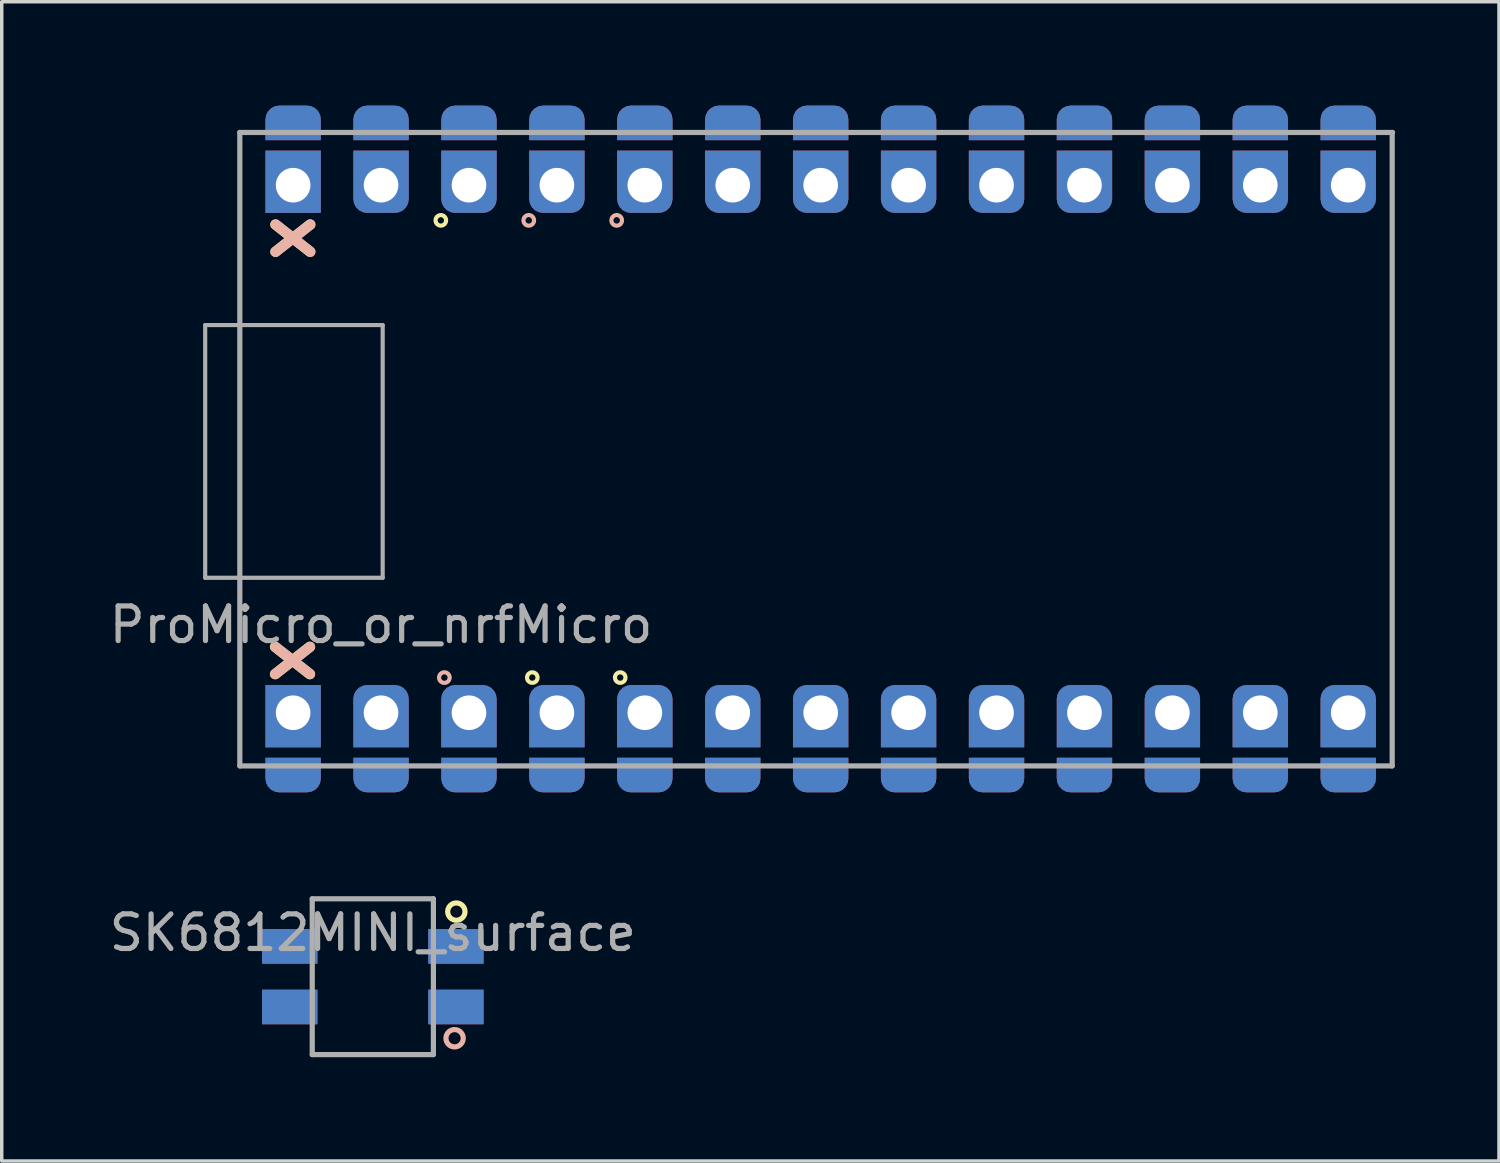
<source format=kicad_pcb>
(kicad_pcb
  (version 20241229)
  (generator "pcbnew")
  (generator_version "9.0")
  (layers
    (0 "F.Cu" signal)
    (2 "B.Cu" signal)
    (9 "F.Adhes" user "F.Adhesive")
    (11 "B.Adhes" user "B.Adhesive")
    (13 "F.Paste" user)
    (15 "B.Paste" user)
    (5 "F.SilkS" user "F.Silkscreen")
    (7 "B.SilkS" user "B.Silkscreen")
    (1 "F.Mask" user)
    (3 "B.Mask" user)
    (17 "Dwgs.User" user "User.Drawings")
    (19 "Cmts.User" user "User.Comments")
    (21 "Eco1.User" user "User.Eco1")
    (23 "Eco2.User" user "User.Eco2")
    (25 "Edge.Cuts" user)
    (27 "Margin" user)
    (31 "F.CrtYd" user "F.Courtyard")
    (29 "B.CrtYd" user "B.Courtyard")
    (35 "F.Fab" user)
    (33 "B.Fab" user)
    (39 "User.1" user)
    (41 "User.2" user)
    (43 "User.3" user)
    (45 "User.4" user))
  (footprint "ProMicro_or_nrfMicro"
    (layer "F.Cu")
    (at 21.928 9.92)
    (property "Reference" "ProMicro_or_nrfMicro" (at -13.97 5.08 0) (layer "F.Fab") (effects (font (size 1 1) (thickness 0.15))))
    (attr through_hole)
    (fp_circle (center -12.243 -6.604) (end -12.243 -6.452) (stroke (width 0.12) (type solid)) (fill no) (layer "F.SilkS"))
    (fp_circle (center -9.601 6.604) (end -9.601 6.452) (stroke (width 0.12) (type solid)) (fill no) (layer "F.SilkS"))
    (fp_circle (center -7.061 6.604) (end -7.061 6.452) (stroke (width 0.12) (type solid)) (fill no) (layer "F.SilkS"))
    (fp_circle (center -12.141 6.604) (end -12.294 6.604) (stroke (width 0.12) (type solid)) (fill no) (layer "B.SilkS"))
    (fp_circle (center -9.703 -6.604) (end -9.55 -6.604) (stroke (width 0.12) (type solid)) (fill no) (layer "B.SilkS"))
    (fp_circle (center -7.163 -6.604) (end -7.01 -6.604) (stroke (width 0.12) (type solid)) (fill no) (layer "B.SilkS"))
    (fp_line (start -19.05 -3.579) (end -19.05 3.721) (stroke (width 0.12) (type solid)) (layer "F.Fab"))
    (fp_line (start -19.05 -3.579) (end -13.923 -3.579) (stroke (width 0.12) (type solid)) (layer "F.Fab"))
    (fp_line (start -19.05 3.721) (end -13.923 3.721) (stroke (width 0.12) (type solid)) (layer "F.Fab"))
    (fp_line (start -18.05 -9.144) (end -18.05 9.156) (stroke (width 0.15) (type solid)) (layer "F.Fab"))
    (fp_line (start -18.05 -9.144) (end 15.25 -9.144) (stroke (width 0.15) (type solid)) (layer "F.Fab"))
    (fp_line (start -13.923 -3.579) (end -13.923 3.721) (stroke (width 0.12) (type solid)) (layer "F.Fab"))
    (fp_line (start 15.24 9.156) (end -18.05 9.156) (stroke (width 0.15) (type solid)) (layer "F.Fab"))
    (fp_line (start 15.24 9.156) (end 15.24 -9.144) (stroke (width 0.15) (type solid)) (layer "F.Fab"))
    (fp_text user "x" (at -16.71 6.11 90) (unlocked yes) (layer "F.SilkS") (effects (font (size 1.5 1.5) (thickness 0.3)) (justify mirror)))
    (fp_text user "x" (at -16.7 -6.09 90) (unlocked yes) (layer "F.SilkS") (effects (font (size 1.5 1.5) (thickness 0.3)) (justify mirror)))
    (fp_text user "x" (at -16.7 6.11 90) (unlocked yes) (layer "B.SilkS") (effects (font (size 1.5 1.5) (thickness 0.3))))
    (fp_text user "x" (at -16.69 -6.09 90) (unlocked yes) (layer "B.SilkS") (effects (font (size 1.5 1.5) (thickness 0.3))))
    (pad "" thru_hole rect (at -16.51 -7.62) (size 1.6 1.8) (drill 1 (offset 0 -0.1)) (layers "*.Cu" "*.Mask"))
    (pad "" thru_hole rect (at -16.51 7.62) (size 1.6 1.8) (drill 1 (offset 0 0.1)) (layers "*.Cu" "*.Mask"))
    (pad "" thru_hole roundrect (at -13.97 -7.62) (size 1.6 1.8) (drill 1 (offset 0 -0.1)) (layers "*.Cu" "*.Mask") (roundrect_rratio 0.25) (chamfer_ratio 0) (chamfer top_left top_right))
    (pad "" thru_hole roundrect (at -13.97 7.62) (size 1.6 1.8) (drill 1 (offset 0 0.1)) (layers "*.Cu" "*.Mask") (roundrect_rratio 0.25) (chamfer_ratio 0) (chamfer bottom_left bottom_right))
    (pad "" thru_hole roundrect (at -11.43 -7.62) (size 1.6 1.8) (drill 1 (offset 0 -0.1)) (layers "*.Cu" "*.Mask") (roundrect_rratio 0.25) (chamfer_ratio 0) (chamfer top_left top_right))
    (pad "" thru_hole roundrect (at -11.43 7.62) (size 1.6 1.8) (drill 1 (offset 0 0.1)) (layers "*.Cu" "*.Mask") (roundrect_rratio 0.25) (chamfer_ratio 0) (chamfer bottom_left bottom_right))
    (pad "" thru_hole roundrect (at -8.89 -7.62) (size 1.6 1.8) (drill 1 (offset 0 -0.1)) (layers "*.Cu" "*.Mask") (roundrect_rratio 0.25) (chamfer_ratio 0) (chamfer top_left top_right))
    (pad "" thru_hole roundrect (at -8.89 7.62) (size 1.6 1.8) (drill 1 (offset 0 0.1)) (layers "*.Cu" "*.Mask") (roundrect_rratio 0.25) (chamfer_ratio 0) (chamfer bottom_left bottom_right))
    (pad "" thru_hole roundrect (at -6.35 -7.62) (size 1.6 1.8) (drill 1 (offset 0 -0.1)) (layers "*.Cu" "*.Mask") (roundrect_rratio 0.25) (chamfer_ratio 0) (chamfer top_left top_right))
    (pad "" thru_hole roundrect (at -6.35 7.62) (size 1.6 1.8) (drill 1 (offset 0 0.1)) (layers "*.Cu" "*.Mask") (roundrect_rratio 0.25) (chamfer_ratio 0) (chamfer bottom_left bottom_right))
    (pad "" thru_hole roundrect (at -3.81 -7.62) (size 1.6 1.8) (drill 1 (offset 0 -0.1)) (layers "*.Cu" "*.Mask") (roundrect_rratio 0.25) (chamfer_ratio 0) (chamfer top_left top_right))
    (pad "" thru_hole roundrect (at -3.81 7.62) (size 1.6 1.8) (drill 1 (offset 0 0.1)) (layers "*.Cu" "*.Mask") (roundrect_rratio 0.25) (chamfer_ratio 0) (chamfer bottom_left bottom_right))
    (pad "" thru_hole roundrect (at -1.27 -7.62) (size 1.6 1.8) (drill 1 (offset 0 -0.1)) (layers "*.Cu" "*.Mask") (roundrect_rratio 0.25) (chamfer_ratio 0) (chamfer top_left top_right))
    (pad "" thru_hole roundrect (at -1.27 7.62) (size 1.6 1.8) (drill 1 (offset 0 0.1)) (layers "*.Cu" "*.Mask") (roundrect_rratio 0.25) (chamfer_ratio 0) (chamfer bottom_left bottom_right))
    (pad "" thru_hole roundrect (at 1.27 -7.62) (size 1.6 1.8) (drill 1 (offset 0 -0.1)) (layers "*.Cu" "*.Mask") (roundrect_rratio 0.25) (chamfer_ratio 0) (chamfer top_left top_right))
    (pad "" thru_hole roundrect (at 1.27 7.62) (size 1.6 1.8) (drill 1 (offset 0 0.1)) (layers "*.Cu" "*.Mask") (roundrect_rratio 0.25) (chamfer_ratio 0) (chamfer bottom_left bottom_right))
    (pad "" thru_hole roundrect (at 3.81 -7.62) (size 1.6 1.8) (drill 1 (offset 0 -0.1)) (layers "*.Cu" "*.Mask") (roundrect_rratio 0.25) (chamfer_ratio 0) (chamfer top_left top_right))
    (pad "" thru_hole roundrect (at 3.81 7.62) (size 1.6 1.8) (drill 1 (offset 0 0.1)) (layers "*.Cu" "*.Mask") (roundrect_rratio 0.25) (chamfer_ratio 0) (chamfer bottom_left bottom_right))
    (pad "" thru_hole roundrect (at 6.35 -7.62) (size 1.6 1.8) (drill 1 (offset 0 -0.1)) (layers "*.Cu" "*.Mask") (roundrect_rratio 0.25) (chamfer_ratio 0) (chamfer top_left top_right))
    (pad "" thru_hole roundrect (at 6.35 7.62) (size 1.6 1.8) (drill 1 (offset 0 0.1)) (layers "*.Cu" "*.Mask") (roundrect_rratio 0.25) (chamfer_ratio 0) (chamfer bottom_left bottom_right))
    (pad "" thru_hole roundrect (at 8.89 -7.62) (size 1.6 1.8) (drill 1 (offset 0 -0.1)) (layers "*.Cu" "*.Mask") (roundrect_rratio 0.25) (chamfer_ratio 0) (chamfer top_left top_right))
    (pad "" thru_hole roundrect (at 8.89 7.62) (size 1.6 1.8) (drill 1 (offset 0 0.1)) (layers "*.Cu" "*.Mask") (roundrect_rratio 0.25) (chamfer_ratio 0) (chamfer bottom_left bottom_right))
    (pad "" thru_hole roundrect (at 11.43 -7.62) (size 1.6 1.8) (drill 1 (offset 0 -0.1)) (layers "*.Cu" "*.Mask") (roundrect_rratio 0.25) (chamfer_ratio 0) (chamfer top_left top_right))
    (pad "" thru_hole roundrect (at 11.43 7.62) (size 1.6 1.8) (drill 1 (offset 0 0.1)) (layers "*.Cu" "*.Mask") (roundrect_rratio 0.25) (chamfer_ratio 0) (chamfer bottom_left bottom_right))
    (pad "" thru_hole roundrect (at 13.97 -7.62) (size 1.6 1.8) (drill 1 (offset 0 -0.1)) (layers "*.Cu" "*.Mask") (roundrect_rratio 0.25) (chamfer_ratio 0) (chamfer top_left top_right))
    (pad "" thru_hole roundrect (at 13.97 7.62) (size 1.6 1.8) (drill 1 (offset 0 0.1)) (layers "*.Cu" "*.Mask") (roundrect_rratio 0.25) (chamfer_ratio 0) (chamfer bottom_left bottom_right))
    (pad "1" smd roundrect (at -13.97 -9.42 180) (size 1.6 1) (layers "B.Cu" "B.Mask" "B.Paste") (roundrect_rratio 0.4) (chamfer_ratio 0) (chamfer top_left top_right))
    (pad "1" smd roundrect (at -13.97 9.42) (size 1.6 1) (layers "F.Cu" "F.Mask" "F.Paste") (roundrect_rratio 0.4) (chamfer_ratio 0) (chamfer top_left top_right))
    (pad "2" smd roundrect (at -11.43 -9.42 180) (size 1.6 1) (layers "B.Cu" "B.Mask" "B.Paste") (roundrect_rratio 0.4) (chamfer_ratio 0) (chamfer top_left top_right))
    (pad "2" smd roundrect (at -11.43 9.42) (size 1.6 1) (layers "F.Cu" "F.Mask" "F.Paste") (roundrect_rratio 0.4) (chamfer_ratio 0) (chamfer top_left top_right))
    (pad "3" smd roundrect (at -8.89 -9.42 180) (size 1.6 1) (layers "B.Cu" "B.Mask" "B.Paste") (roundrect_rratio 0.4) (chamfer_ratio 0) (chamfer top_left top_right))
    (pad "3" smd roundrect (at -8.89 9.42) (size 1.6 1) (layers "F.Cu" "F.Mask" "F.Paste") (roundrect_rratio 0.4) (chamfer_ratio 0) (chamfer top_left top_right))
    (pad "4" smd roundrect (at -6.35 -9.42 180) (size 1.6 1) (layers "B.Cu" "B.Mask" "B.Paste") (roundrect_rratio 0.4) (chamfer_ratio 0) (chamfer top_left top_right))
    (pad "4" smd roundrect (at -6.35 9.42) (size 1.6 1) (layers "F.Cu" "F.Mask" "F.Paste") (roundrect_rratio 0.4) (chamfer_ratio 0) (chamfer top_left top_right))
    (pad "5" smd roundrect (at -3.81 -9.42 180) (size 1.6 1) (layers "B.Cu" "B.Mask" "B.Paste") (roundrect_rratio 0.4) (chamfer_ratio 0) (chamfer top_left top_right))
    (pad "5" smd roundrect (at -3.81 9.42) (size 1.6 1) (layers "F.Cu" "F.Mask" "F.Paste") (roundrect_rratio 0.4) (chamfer_ratio 0) (chamfer top_left top_right))
    (pad "6" smd roundrect (at -1.27 -9.42 180) (size 1.6 1) (layers "B.Cu" "B.Mask" "B.Paste") (roundrect_rratio 0.4) (chamfer_ratio 0) (chamfer top_left top_right))
    (pad "6" smd roundrect (at -1.27 9.42) (size 1.6 1) (layers "F.Cu" "F.Mask" "F.Paste") (roundrect_rratio 0.4) (chamfer_ratio 0) (chamfer top_left top_right))
    (pad "7" smd roundrect (at 1.27 -9.42 180) (size 1.6 1) (layers "B.Cu" "B.Mask" "B.Paste") (roundrect_rratio 0.4) (chamfer_ratio 0) (chamfer top_left top_right))
    (pad "7" smd roundrect (at 1.27 9.42) (size 1.6 1) (layers "F.Cu" "F.Mask" "F.Paste") (roundrect_rratio 0.4) (chamfer_ratio 0) (chamfer top_left top_right))
    (pad "8" smd roundrect (at 3.81 -9.42 180) (size 1.6 1) (layers "B.Cu" "B.Mask" "B.Paste") (roundrect_rratio 0.4) (chamfer_ratio 0) (chamfer top_left top_right))
    (pad "8" smd roundrect (at 3.81 9.42) (size 1.6 1) (layers "F.Cu" "F.Mask" "F.Paste") (roundrect_rratio 0.4) (chamfer_ratio 0) (chamfer top_left top_right))
    (pad "9" smd roundrect (at 6.35 -9.42 180) (size 1.6 1) (layers "B.Cu" "B.Mask" "B.Paste") (roundrect_rratio 0.4) (chamfer_ratio 0) (chamfer top_left top_right))
    (pad "9" smd roundrect (at 6.35 9.42) (size 1.6 1) (layers "F.Cu" "F.Mask" "F.Paste") (roundrect_rratio 0.4) (chamfer_ratio 0) (chamfer top_left top_right))
    (pad "10" smd roundrect (at 8.89 -9.42 180) (size 1.6 1) (layers "B.Cu" "B.Mask" "B.Paste") (roundrect_rratio 0.4) (chamfer_ratio 0) (chamfer top_left top_right))
    (pad "10" smd roundrect (at 8.89 9.42) (size 1.6 1) (layers "F.Cu" "F.Mask" "F.Paste") (roundrect_rratio 0.4) (chamfer_ratio 0) (chamfer top_left top_right))
    (pad "11" smd roundrect (at 11.43 -9.42 180) (size 1.6 1) (layers "B.Cu" "B.Mask" "B.Paste") (roundrect_rratio 0.4) (chamfer_ratio 0) (chamfer top_left top_right))
    (pad "11" smd roundrect (at 11.43 9.42) (size 1.6 1) (layers "F.Cu" "F.Mask" "F.Paste") (roundrect_rratio 0.4) (chamfer_ratio 0) (chamfer top_left top_right))
    (pad "12" smd roundrect (at 13.97 -9.42 180) (size 1.6 1) (layers "B.Cu" "B.Mask" "B.Paste") (roundrect_rratio 0.4) (chamfer_ratio 0) (chamfer top_left top_right))
    (pad "12" smd roundrect (at 13.97 9.42) (size 1.6 1) (layers "F.Cu" "F.Mask" "F.Paste") (roundrect_rratio 0.4) (chamfer_ratio 0) (chamfer top_left top_right))
    (pad "13" smd roundrect (at 13.97 -9.42) (size 1.6 1) (layers "F.Cu" "F.Mask" "F.Paste") (roundrect_rratio 0.4) (chamfer_ratio 0) (chamfer bottom_left bottom_right))
    (pad "13" smd roundrect (at 13.97 9.42 180) (size 1.6 1) (layers "B.Cu" "B.Mask" "B.Paste") (roundrect_rratio 0.4) (chamfer_ratio 0) (chamfer bottom_left bottom_right))
    (pad "14" smd roundrect (at 11.43 -9.42) (size 1.6 1) (layers "F.Cu" "F.Mask" "F.Paste") (roundrect_rratio 0.4) (chamfer_ratio 0) (chamfer bottom_left bottom_right))
    (pad "14" smd roundrect (at 11.43 9.42 180) (size 1.6 1) (layers "B.Cu" "B.Mask" "B.Paste") (roundrect_rratio 0.4) (chamfer_ratio 0) (chamfer bottom_left bottom_right))
    (pad "15" smd roundrect (at 8.89 -9.42) (size 1.6 1) (layers "F.Cu" "F.Mask" "F.Paste") (roundrect_rratio 0.4) (chamfer_ratio 0) (chamfer bottom_left bottom_right))
    (pad "15" smd roundrect (at 8.89 9.42 180) (size 1.6 1) (layers "B.Cu" "B.Mask" "B.Paste") (roundrect_rratio 0.4) (chamfer_ratio 0) (chamfer bottom_left bottom_right))
    (pad "16" smd roundrect (at 6.35 -9.42) (size 1.6 1) (layers "F.Cu" "F.Mask" "F.Paste") (roundrect_rratio 0.4) (chamfer_ratio 0) (chamfer bottom_left bottom_right))
    (pad "16" smd roundrect (at 6.35 9.42 180) (size 1.6 1) (layers "B.Cu" "B.Mask" "B.Paste") (roundrect_rratio 0.4) (chamfer_ratio 0) (chamfer bottom_left bottom_right))
    (pad "17" smd roundrect (at 3.81 -9.42) (size 1.6 1) (layers "F.Cu" "F.Mask" "F.Paste") (roundrect_rratio 0.4) (chamfer_ratio 0) (chamfer bottom_left bottom_right))
    (pad "17" smd roundrect (at 3.81 9.42 180) (size 1.6 1) (layers "B.Cu" "B.Mask" "B.Paste") (roundrect_rratio 0.4) (chamfer_ratio 0) (chamfer bottom_left bottom_right))
    (pad "18" smd roundrect (at 1.27 -9.42) (size 1.6 1) (layers "F.Cu" "F.Mask" "F.Paste") (roundrect_rratio 0.4) (chamfer_ratio 0) (chamfer bottom_left bottom_right))
    (pad "18" smd roundrect (at 1.27 9.42 180) (size 1.6 1) (layers "B.Cu" "B.Mask" "B.Paste") (roundrect_rratio 0.4) (chamfer_ratio 0) (chamfer bottom_left bottom_right))
    (pad "19" smd roundrect (at -1.27 -9.42) (size 1.6 1) (layers "F.Cu" "F.Mask" "F.Paste") (roundrect_rratio 0.4) (chamfer_ratio 0) (chamfer bottom_left bottom_right))
    (pad "19" smd roundrect (at -1.27 9.42 180) (size 1.6 1) (layers "B.Cu" "B.Mask" "B.Paste") (roundrect_rratio 0.4) (chamfer_ratio 0) (chamfer bottom_left bottom_right))
    (pad "20" smd roundrect (at -3.81 -9.42) (size 1.6 1) (layers "F.Cu" "F.Mask" "F.Paste") (roundrect_rratio 0.4) (chamfer_ratio 0) (chamfer bottom_left bottom_right))
    (pad "20" smd roundrect (at -3.81 9.42 180) (size 1.6 1) (layers "B.Cu" "B.Mask" "B.Paste") (roundrect_rratio 0.4) (chamfer_ratio 0) (chamfer bottom_left bottom_right))
    (pad "21" smd roundrect (at -6.35 -9.42) (size 1.6 1) (layers "F.Cu" "F.Mask" "F.Paste") (roundrect_rratio 0.4) (chamfer_ratio 0) (chamfer bottom_left bottom_right))
    (pad "21" smd roundrect (at -6.35 9.42 180) (size 1.6 1) (layers "B.Cu" "B.Mask" "B.Paste") (roundrect_rratio 0.4) (chamfer_ratio 0) (chamfer bottom_left bottom_right))
    (pad "22" smd roundrect (at -8.89 -9.42) (size 1.6 1) (layers "F.Cu" "F.Mask" "F.Paste") (roundrect_rratio 0.4) (chamfer_ratio 0) (chamfer bottom_left bottom_right))
    (pad "22" smd roundrect (at -8.89 9.42 180) (size 1.6 1) (layers "B.Cu" "B.Mask" "B.Paste") (roundrect_rratio 0.4) (chamfer_ratio 0) (chamfer bottom_left bottom_right))
    (pad "23" smd roundrect (at -11.43 -9.42) (size 1.6 1) (layers "F.Cu" "F.Mask" "F.Paste") (roundrect_rratio 0.4) (chamfer_ratio 0) (chamfer bottom_left bottom_right))
    (pad "23" smd roundrect (at -11.43 9.42 180) (size 1.6 1) (layers "B.Cu" "B.Mask" "B.Paste") (roundrect_rratio 0.4) (chamfer_ratio 0) (chamfer bottom_left bottom_right))
    (pad "24" smd roundrect (at -13.97 -9.42) (size 1.6 1) (layers "F.Cu" "F.Mask" "F.Paste") (roundrect_rratio 0.4) (chamfer_ratio 0) (chamfer bottom_left bottom_right))
    (pad "24" smd roundrect (at -13.97 9.42 180) (size 1.6 1) (layers "B.Cu" "B.Mask" "B.Paste") (roundrect_rratio 0.4) (chamfer_ratio 0) (chamfer bottom_left bottom_right))
    (pad "25" smd roundrect (at -16.51 -9.42) (size 1.6 1) (layers "F.Cu" "F.Mask" "F.Paste") (roundrect_rratio 0.4) (chamfer_ratio 0) (chamfer bottom_left bottom_right))
    (pad "25" smd roundrect (at -16.51 9.42 180) (size 1.6 1) (layers "B.Cu" "B.Mask" "B.Paste") (roundrect_rratio 0.4) (chamfer_ratio 0) (chamfer bottom_left bottom_right))
    (pad "26" smd roundrect (at -16.51 -9.42 180) (size 1.6 1) (layers "B.Cu" "B.Mask" "B.Paste") (roundrect_rratio 0.4) (chamfer_ratio 0) (chamfer top_left top_right))
    (pad "26" smd roundrect (at -16.51 9.42) (size 1.6 1) (layers "F.Cu" "F.Mask" "F.Paste") (roundrect_rratio 0.4) (chamfer_ratio 0) (chamfer top_left top_right)))
  (footprint "SK6812MINI_surface"
    (layer "F.Cu")
    (at 7.72 25.165)
    (property "Reference" "SK6812MINI_surface" (at 0 -1.27 0) (layer "F.Fab") (effects (font (size 1 1) (thickness 0.15))))
    (attr through_hole)
    (fp_circle (center 2.413 -1.88) (end 2.663 -1.88) (stroke (width 0.15) (type solid)) (fill no) (layer "F.SilkS"))
    (fp_circle (center 2.362 1.778) (end 2.612 1.778) (stroke (width 0.15) (type solid)) (fill no) (layer "B.SilkS"))
    (fp_line (start -1.75 -2.25) (end -1.75 2.25) (stroke (width 0.15) (type solid)) (layer "F.Fab"))
    (fp_line (start -1.75 -2.25) (end 1.75 -2.25) (stroke (width 0.15) (type solid)) (layer "F.Fab"))
    (fp_line (start 1.75 -2.25) (end 1.75 2.25) (stroke (width 0.15) (type solid)) (layer "F.Fab"))
    (fp_line (start 1.75 2.25) (end -1.75 2.25) (stroke (width 0.15) (type solid)) (layer "F.Fab"))
    (pad "1" smd rect (at -2.4 -0.875) (size 1.6 1) (layers "F.Cu" "F.Mask" "F.Paste"))
    (pad "1" smd rect (at -2.4 0.875) (size 1.6 1) (layers "B.Cu" "B.Mask" "B.Paste"))
    (pad "2" smd rect (at -2.4 -0.875) (size 1.6 1) (layers "B.Cu" "B.Mask" "B.Paste"))
    (pad "2" smd rect (at -2.4 0.875) (size 1.6 1) (layers "F.Cu" "F.Mask" "F.Paste"))
    (pad "3" smd rect (at 2.4 -0.875) (size 1.6 1) (layers "B.Cu" "B.Mask" "B.Paste"))
    (pad "3" smd rect (at 2.4 0.875) (size 1.6 1) (layers "F.Cu" "F.Mask" "F.Paste"))
    (pad "4" smd rect (at 2.4 -0.875) (size 1.6 1) (layers "F.Cu" "F.Mask" "F.Paste"))
    (pad "4" smd rect (at 2.4 0.875) (size 1.6 1) (layers "B.Cu" "B.Mask" "B.Paste")))
  (gr_rect
    (start -3 -3)
    (end 40.253 30.49)
    (stroke (width 0.1) (type default))
    (fill no)
    (layer "Edge.Cuts")))
</source>
